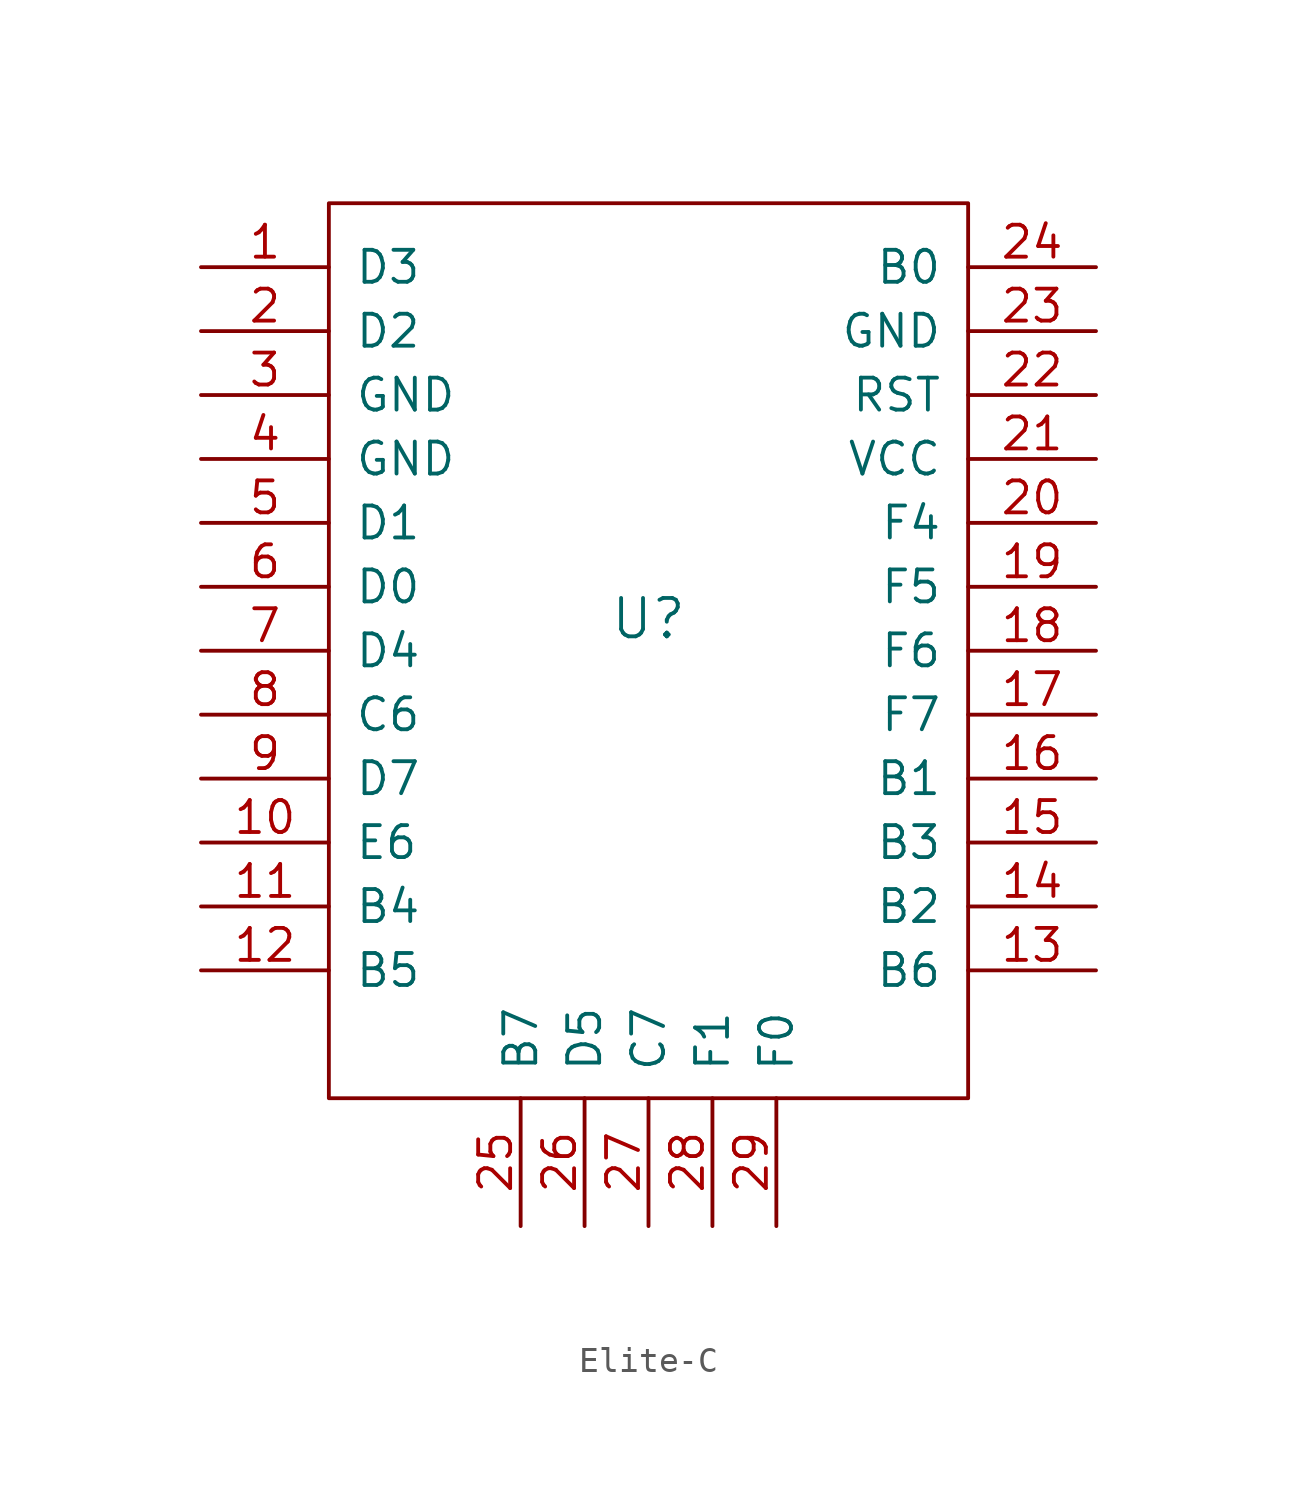
<source format=kicad_sym>
(kicad_symbol_lib
  (version 20211014)
  (generator kicad_symbol_editor)
  (symbol "Elite-C"
    (pin_names
      (offset 1.016))
    (property "Reference" "U"
      (at 0 0 0)
      (effects (font (size 1.524 1.524))))
    (symbol "Elite-C_0_1"
      (rectangle (start -12.7 16.51) (end 12.7 -19.05) (stroke (width 0) (type default) (color 0 0 0 0)) (fill (type none))))
    (symbol "Elite-C_1_1"
      (pin bidirectional line (at -17.78 13.97 0) (length 5.08) (name "D3" (effects (font (size 1.27 1.27)))) (number "1" (effects (font (size 1.27 1.27)))))
      (pin input line (at -17.78 -8.89 0) (length 5.08) (name "E6" (effects (font (size 1.27 1.27)))) (number "10" (effects (font (size 1.27 1.27)))))
      (pin input line (at -17.78 -11.43 0) (length 5.08) (name "B4" (effects (font (size 1.27 1.27)))) (number "11" (effects (font (size 1.27 1.27)))))
      (pin input line (at -17.78 -13.97 0) (length 5.08) (name "B5" (effects (font (size 1.27 1.27)))) (number "12" (effects (font (size 1.27 1.27)))))
      (pin input line (at 17.78 -13.97 180) (length 5.08) (name "B6" (effects (font (size 1.27 1.27)))) (number "13" (effects (font (size 1.27 1.27)))))
      (pin input line (at 17.78 -11.43 180) (length 5.08) (name "B2" (effects (font (size 1.27 1.27)))) (number "14" (effects (font (size 1.27 1.27)))))
      (pin input line (at 17.78 -8.89 180) (length 5.08) (name "B3" (effects (font (size 1.27 1.27)))) (number "15" (effects (font (size 1.27 1.27)))))
      (pin input line (at 17.78 -6.35 180) (length 5.08) (name "B1" (effects (font (size 1.27 1.27)))) (number "16" (effects (font (size 1.27 1.27)))))
      (pin input line (at 17.78 -3.81 180) (length 5.08) (name "F7" (effects (font (size 1.27 1.27)))) (number "17" (effects (font (size 1.27 1.27)))))
      (pin input line (at 17.78 -1.27 180) (length 5.08) (name "F6" (effects (font (size 1.27 1.27)))) (number "18" (effects (font (size 1.27 1.27)))))
      (pin input line (at 17.78 1.27 180) (length 5.08) (name "F5" (effects (font (size 1.27 1.27)))) (number "19" (effects (font (size 1.27 1.27)))))
      (pin bidirectional line (at -17.78 11.43 0) (length 5.08) (name "D2" (effects (font (size 1.27 1.27)))) (number "2" (effects (font (size 1.27 1.27)))))
      (pin input line (at 17.78 3.81 180) (length 5.08) (name "F4" (effects (font (size 1.27 1.27)))) (number "20" (effects (font (size 1.27 1.27)))))
      (pin power_out line (at 17.78 6.35 180) (length 5.08) (name "VCC" (effects (font (size 1.27 1.27)))) (number "21" (effects (font (size 1.27 1.27)))))
      (pin input line (at 17.78 8.89 180) (length 5.08) (name "RST" (effects (font (size 1.27 1.27)))) (number "22" (effects (font (size 1.27 1.27)))))
      (pin power_out line (at 17.78 11.43 180) (length 5.08) (name "GND" (effects (font (size 1.27 1.27)))) (number "23" (effects (font (size 1.27 1.27)))))
      (pin input line (at 17.78 13.97 180) (length 5.08) (name "B0" (effects (font (size 1.27 1.27)))) (number "24" (effects (font (size 1.27 1.27)))))
      (pin input line (at -5.08 -24.13 90) (length 5.08) (name "B7" (effects (font (size 1.27 1.27)))) (number "25" (effects (font (size 1.27 1.27)))))
      (pin input line (at -2.54 -24.13 90) (length 5.08) (name "D5" (effects (font (size 1.27 1.27)))) (number "26" (effects (font (size 1.27 1.27)))))
      (pin input line (at 0 -24.13 90) (length 5.08) (name "C7" (effects (font (size 1.27 1.27)))) (number "27" (effects (font (size 1.27 1.27)))))
      (pin input line (at 2.54 -24.13 90) (length 5.08) (name "F1" (effects (font (size 1.27 1.27)))) (number "28" (effects (font (size 1.27 1.27)))))
      (pin input line (at 5.08 -24.13 90) (length 5.08) (name "F0" (effects (font (size 1.27 1.27)))) (number "29" (effects (font (size 1.27 1.27)))))
      (pin power_out line (at -17.78 8.89 0) (length 5.08) (name "GND" (effects (font (size 1.27 1.27)))) (number "3" (effects (font (size 1.27 1.27)))))
      (pin power_out line (at -17.78 6.35 0) (length 5.08) (name "GND" (effects (font (size 1.27 1.27)))) (number "4" (effects (font (size 1.27 1.27)))))
      (pin bidirectional line (at -17.78 3.81 0) (length 5.08) (name "D1" (effects (font (size 1.27 1.27)))) (number "5" (effects (font (size 1.27 1.27)))))
      (pin bidirectional line (at -17.78 1.27 0) (length 5.08) (name "D0" (effects (font (size 1.27 1.27)))) (number "6" (effects (font (size 1.27 1.27)))))
      (pin input line (at -17.78 -1.27 0) (length 5.08) (name "D4" (effects (font (size 1.27 1.27)))) (number "7" (effects (font (size 1.27 1.27)))))
      (pin input line (at -17.78 -3.81 0) (length 5.08) (name "C6" (effects (font (size 1.27 1.27)))) (number "8" (effects (font (size 1.27 1.27)))))
      (pin input line (at -17.78 -6.35 0) (length 5.08) (name "D7" (effects (font (size 1.27 1.27)))) (number "9" (effects (font (size 1.27 1.27))))))))
</source>
